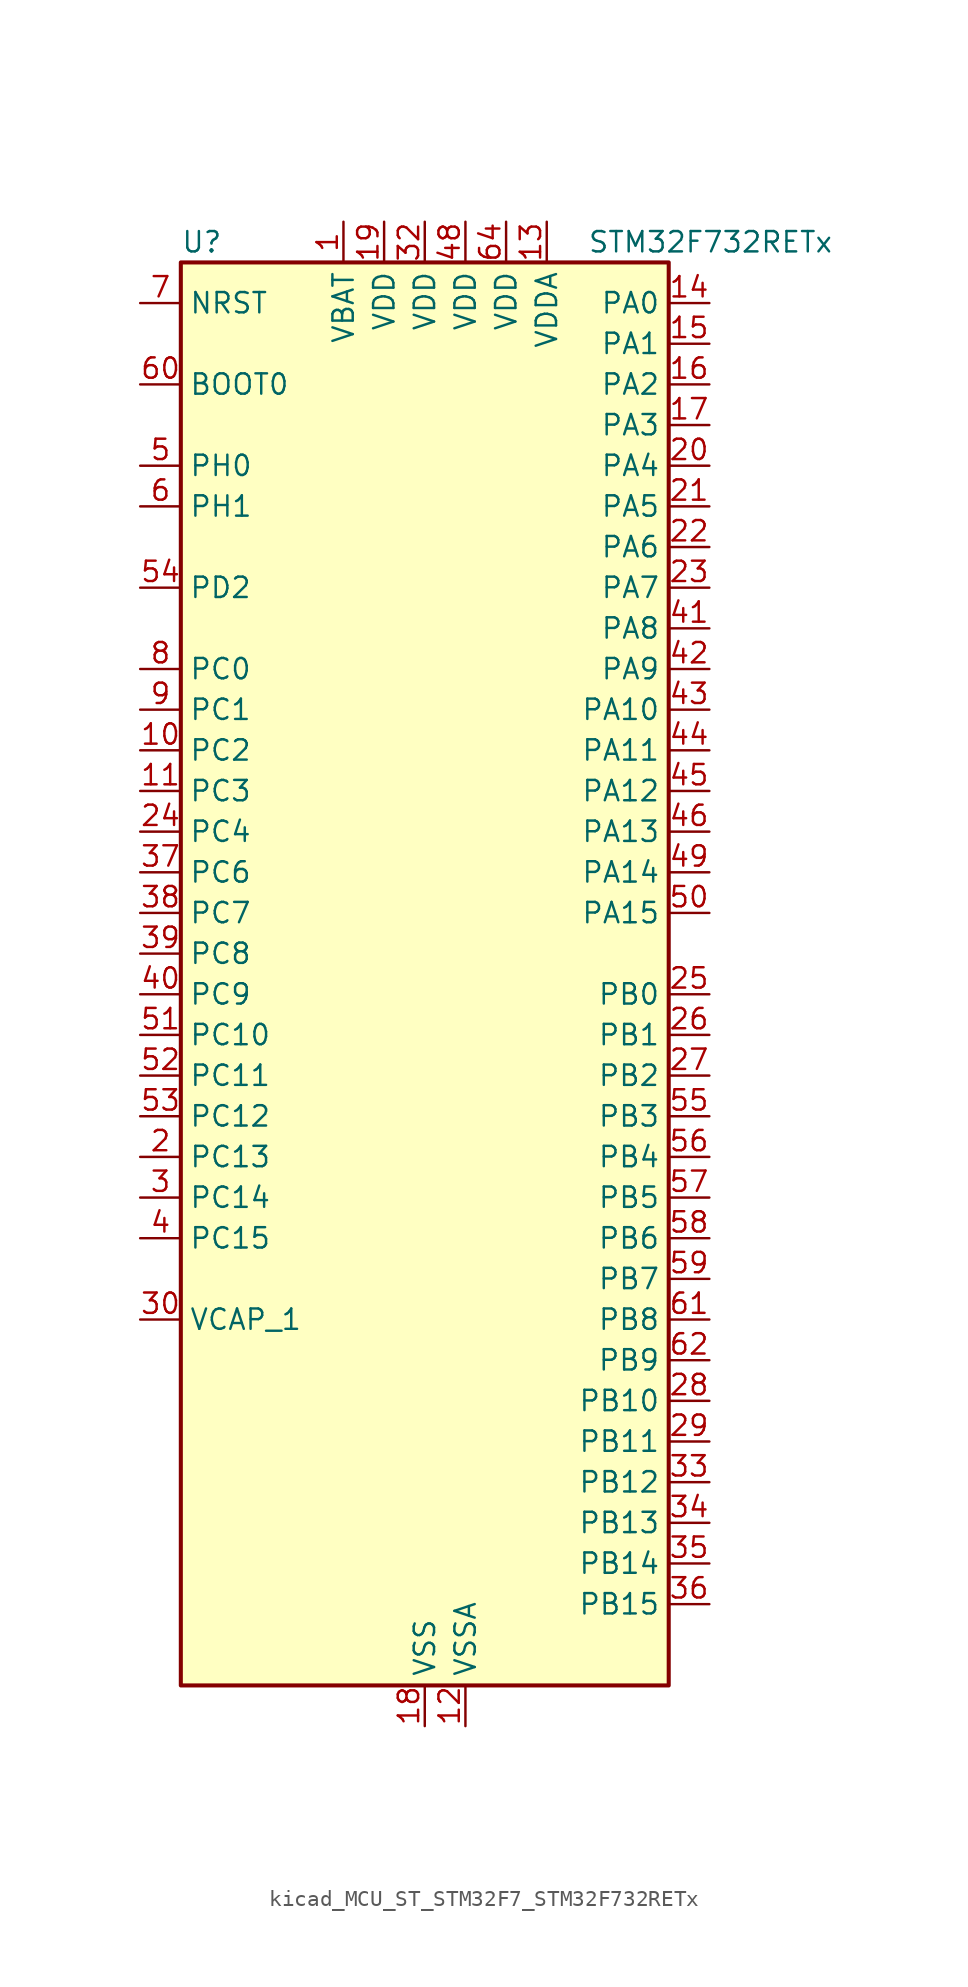
<source format=kicad_sym>
(kicad_symbol_lib
  (version 20220914)
  (generator kicad_symbol_editor)
  (symbol "kicad_MCU_ST_STM32F7_STM32F732RETx"
    (property "Reference" "U"
      (at -15.24 46.99 0)
      (effects (font (size 1.27 1.27)) (justify left)))
    (property "Value" "STM32F732RETx"
      (at 10.16 46.99 0)
      (effects (font (size 1.27 1.27)) (justify left)))
    (property "ki_locked" ""
      (at 0 0 0)
      (effects (font (size 1.27 1.27))))
    (symbol "kicad_MCU_ST_STM32F7_STM32F732RETx_0_1"
      (rectangle (start -15.24 -43.18) (end 15.24 45.72) (stroke (width 0.254) (type default)) (fill (type background))))
    (symbol "kicad_MCU_ST_STM32F7_STM32F732RETx_1_1"
      (pin power_in line (at -5.08 48.26 270) (length 2.54) (name "VBAT" (effects (font (size 1.27 1.27)))) (number "1" (effects (font (size 1.27 1.27)))))
      (pin bidirectional line (at -17.78 15.24 0) (length 2.54) (name "PC2" (effects (font (size 1.27 1.27)))) (number "10" (effects (font (size 1.27 1.27)))) (alternate "ADC1_IN12" bidirectional line) (alternate "ADC2_IN12" bidirectional line) (alternate "ADC3_IN12" bidirectional line) (alternate "SPI2_MISO" bidirectional line) (alternate "USB_OTG_HS_ULPI_DIR" bidirectional line))
      (pin bidirectional line (at -17.78 12.7 0) (length 2.54) (name "PC3" (effects (font (size 1.27 1.27)))) (number "11" (effects (font (size 1.27 1.27)))) (alternate "ADC1_IN13" bidirectional line) (alternate "ADC2_IN13" bidirectional line) (alternate "ADC3_IN13" bidirectional line) (alternate "I2S2_SD" bidirectional line) (alternate "SPI2_MOSI" bidirectional line) (alternate "USB_OTG_HS_ULPI_NXT" bidirectional line))
      (pin power_in line (at 2.54 -45.72 90) (length 2.54) (name "VSSA" (effects (font (size 1.27 1.27)))) (number "12" (effects (font (size 1.27 1.27)))))
      (pin power_in line (at 7.62 48.26 270) (length 2.54) (name "VDDA" (effects (font (size 1.27 1.27)))) (number "13" (effects (font (size 1.27 1.27)))))
      (pin bidirectional line (at 17.78 43.18 180) (length 2.54) (name "PA0" (effects (font (size 1.27 1.27)))) (number "14" (effects (font (size 1.27 1.27)))) (alternate "ADC1_IN0" bidirectional line) (alternate "ADC2_IN0" bidirectional line) (alternate "ADC3_IN0" bidirectional line) (alternate "SAI2_SD_B" bidirectional line) (alternate "SYS_WKUP1" bidirectional line) (alternate "TIM2_CH1" bidirectional line) (alternate "TIM2_ETR" bidirectional line) (alternate "TIM5_CH1" bidirectional line) (alternate "TIM8_ETR" bidirectional line) (alternate "UART4_TX" bidirectional line) (alternate "USART2_CTS" bidirectional line))
      (pin bidirectional line (at 17.78 40.64 180) (length 2.54) (name "PA1" (effects (font (size 1.27 1.27)))) (number "15" (effects (font (size 1.27 1.27)))) (alternate "ADC1_IN1" bidirectional line) (alternate "ADC2_IN1" bidirectional line) (alternate "ADC3_IN1" bidirectional line) (alternate "QUADSPI_BK1_IO3" bidirectional line) (alternate "SAI2_MCLK_B" bidirectional line) (alternate "TIM2_CH2" bidirectional line) (alternate "TIM5_CH2" bidirectional line) (alternate "UART4_RX" bidirectional line) (alternate "USART2_DE" bidirectional line) (alternate "USART2_RTS" bidirectional line))
      (pin bidirectional line (at 17.78 38.1 180) (length 2.54) (name "PA2" (effects (font (size 1.27 1.27)))) (number "16" (effects (font (size 1.27 1.27)))) (alternate "ADC1_IN2" bidirectional line) (alternate "ADC2_IN2" bidirectional line) (alternate "ADC3_IN2" bidirectional line) (alternate "SAI2_SCK_B" bidirectional line) (alternate "SYS_WKUP2" bidirectional line) (alternate "TIM2_CH3" bidirectional line) (alternate "TIM5_CH3" bidirectional line) (alternate "TIM9_CH1" bidirectional line) (alternate "USART2_TX" bidirectional line))
      (pin bidirectional line (at 17.78 35.56 180) (length 2.54) (name "PA3" (effects (font (size 1.27 1.27)))) (number "17" (effects (font (size 1.27 1.27)))) (alternate "ADC1_IN3" bidirectional line) (alternate "ADC2_IN3" bidirectional line) (alternate "ADC3_IN3" bidirectional line) (alternate "TIM2_CH4" bidirectional line) (alternate "TIM5_CH4" bidirectional line) (alternate "TIM9_CH2" bidirectional line) (alternate "USART2_RX" bidirectional line) (alternate "USB_OTG_HS_ULPI_D0" bidirectional line))
      (pin power_in line (at 0 -45.72 90) (length 2.54) (name "VSS" (effects (font (size 1.27 1.27)))) (number "18" (effects (font (size 1.27 1.27)))))
      (pin power_in line (at -2.54 48.26 270) (length 2.54) (name "VDD" (effects (font (size 1.27 1.27)))) (number "19" (effects (font (size 1.27 1.27)))))
      (pin bidirectional line (at -17.78 -10.16 0) (length 2.54) (name "PC13" (effects (font (size 1.27 1.27)))) (number "2" (effects (font (size 1.27 1.27)))) (alternate "RTC_OUT" bidirectional line) (alternate "RTC_TAMP1" bidirectional line) (alternate "RTC_TS" bidirectional line) (alternate "SYS_WKUP4" bidirectional line))
      (pin bidirectional line (at 17.78 33.02 180) (length 2.54) (name "PA4" (effects (font (size 1.27 1.27)))) (number "20" (effects (font (size 1.27 1.27)))) (alternate "ADC1_IN4" bidirectional line) (alternate "ADC2_IN4" bidirectional line) (alternate "DAC_OUT1" bidirectional line) (alternate "I2S1_WS" bidirectional line) (alternate "I2S3_WS" bidirectional line) (alternate "SPI1_NSS" bidirectional line) (alternate "SPI3_NSS" bidirectional line) (alternate "USART2_CK" bidirectional line) (alternate "USB_OTG_HS_SOF" bidirectional line))
      (pin bidirectional line (at 17.78 30.48 180) (length 2.54) (name "PA5" (effects (font (size 1.27 1.27)))) (number "21" (effects (font (size 1.27 1.27)))) (alternate "ADC1_IN5" bidirectional line) (alternate "ADC2_IN5" bidirectional line) (alternate "DAC_OUT2" bidirectional line) (alternate "I2S1_CK" bidirectional line) (alternate "SPI1_SCK" bidirectional line) (alternate "TIM2_CH1" bidirectional line) (alternate "TIM2_ETR" bidirectional line) (alternate "TIM8_CH1N" bidirectional line) (alternate "USB_OTG_HS_ULPI_CK" bidirectional line))
      (pin bidirectional line (at 17.78 27.94 180) (length 2.54) (name "PA6" (effects (font (size 1.27 1.27)))) (number "22" (effects (font (size 1.27 1.27)))) (alternate "ADC1_IN6" bidirectional line) (alternate "ADC2_IN6" bidirectional line) (alternate "SPI1_MISO" bidirectional line) (alternate "TIM13_CH1" bidirectional line) (alternate "TIM1_BKIN" bidirectional line) (alternate "TIM3_CH1" bidirectional line) (alternate "TIM8_BKIN" bidirectional line))
      (pin bidirectional line (at 17.78 25.4 180) (length 2.54) (name "PA7" (effects (font (size 1.27 1.27)))) (number "23" (effects (font (size 1.27 1.27)))) (alternate "ADC1_IN7" bidirectional line) (alternate "ADC2_IN7" bidirectional line) (alternate "I2S1_SD" bidirectional line) (alternate "SPI1_MOSI" bidirectional line) (alternate "TIM14_CH1" bidirectional line) (alternate "TIM1_CH1N" bidirectional line) (alternate "TIM3_CH2" bidirectional line) (alternate "TIM8_CH1N" bidirectional line))
      (pin bidirectional line (at -17.78 10.16 0) (length 2.54) (name "PC4" (effects (font (size 1.27 1.27)))) (number "24" (effects (font (size 1.27 1.27)))) (alternate "ADC1_IN14" bidirectional line) (alternate "ADC2_IN14" bidirectional line) (alternate "I2S1_MCK" bidirectional line))
      (pin bidirectional line (at 17.78 0 180) (length 2.54) (name "PB0" (effects (font (size 1.27 1.27)))) (number "25" (effects (font (size 1.27 1.27)))) (alternate "ADC1_IN8" bidirectional line) (alternate "ADC2_IN8" bidirectional line) (alternate "TIM1_CH2N" bidirectional line) (alternate "TIM3_CH3" bidirectional line) (alternate "TIM8_CH2N" bidirectional line) (alternate "UART4_CTS" bidirectional line) (alternate "USB_OTG_HS_ULPI_D1" bidirectional line))
      (pin bidirectional line (at 17.78 -2.54 180) (length 2.54) (name "PB1" (effects (font (size 1.27 1.27)))) (number "26" (effects (font (size 1.27 1.27)))) (alternate "ADC1_IN9" bidirectional line) (alternate "ADC2_IN9" bidirectional line) (alternate "TIM1_CH3N" bidirectional line) (alternate "TIM3_CH4" bidirectional line) (alternate "TIM8_CH3N" bidirectional line) (alternate "USB_OTG_HS_ULPI_D2" bidirectional line))
      (pin bidirectional line (at 17.78 -5.08 180) (length 2.54) (name "PB2" (effects (font (size 1.27 1.27)))) (number "27" (effects (font (size 1.27 1.27)))) (alternate "I2S3_SD" bidirectional line) (alternate "QUADSPI_CLK" bidirectional line) (alternate "SAI1_SD_A" bidirectional line) (alternate "SPI3_MOSI" bidirectional line))
      (pin bidirectional line (at 17.78 -25.4 180) (length 2.54) (name "PB10" (effects (font (size 1.27 1.27)))) (number "28" (effects (font (size 1.27 1.27)))) (alternate "I2C2_SCL" bidirectional line) (alternate "I2S2_CK" bidirectional line) (alternate "SPI2_SCK" bidirectional line) (alternate "TIM2_CH3" bidirectional line) (alternate "USART3_TX" bidirectional line) (alternate "USB_OTG_HS_ULPI_D3" bidirectional line))
      (pin bidirectional line (at 17.78 -27.94 180) (length 2.54) (name "PB11" (effects (font (size 1.27 1.27)))) (number "29" (effects (font (size 1.27 1.27)))) (alternate "ADC1_EXTI11" bidirectional line) (alternate "ADC2_EXTI11" bidirectional line) (alternate "ADC3_EXTI11" bidirectional line) (alternate "I2C2_SDA" bidirectional line) (alternate "TIM2_CH4" bidirectional line) (alternate "USART3_RX" bidirectional line) (alternate "USB_OTG_HS_ULPI_D4" bidirectional line))
      (pin bidirectional line (at -17.78 -12.7 0) (length 2.54) (name "PC14" (effects (font (size 1.27 1.27)))) (number "3" (effects (font (size 1.27 1.27)))) (alternate "RCC_OSC32_IN" bidirectional line))
      (pin power_out line (at -17.78 -20.32 0) (length 2.54) (name "VCAP_1" (effects (font (size 1.27 1.27)))) (number "30" (effects (font (size 1.27 1.27)))))
      (pin passive line (at 0 -45.72 90) (length 2.54) hide (name "VSS" (effects (font (size 1.27 1.27)))) (number "31" (effects (font (size 1.27 1.27)))))
      (pin power_in line (at 0 48.26 270) (length 2.54) (name "VDD" (effects (font (size 1.27 1.27)))) (number "32" (effects (font (size 1.27 1.27)))))
      (pin bidirectional line (at 17.78 -30.48 180) (length 2.54) (name "PB12" (effects (font (size 1.27 1.27)))) (number "33" (effects (font (size 1.27 1.27)))) (alternate "I2C2_SMBA" bidirectional line) (alternate "I2S2_WS" bidirectional line) (alternate "SPI2_NSS" bidirectional line) (alternate "TIM1_BKIN" bidirectional line) (alternate "USART3_CK" bidirectional line) (alternate "USB_OTG_HS_ID" bidirectional line) (alternate "USB_OTG_HS_ULPI_D5" bidirectional line))
      (pin bidirectional line (at 17.78 -33.02 180) (length 2.54) (name "PB13" (effects (font (size 1.27 1.27)))) (number "34" (effects (font (size 1.27 1.27)))) (alternate "I2S2_CK" bidirectional line) (alternate "SPI2_SCK" bidirectional line) (alternate "TIM1_CH1N" bidirectional line) (alternate "USART3_CTS" bidirectional line) (alternate "USB_OTG_HS_ULPI_D6" bidirectional line) (alternate "USB_OTG_HS_VBUS" bidirectional line))
      (pin bidirectional line (at 17.78 -35.56 180) (length 2.54) (name "PB14" (effects (font (size 1.27 1.27)))) (number "35" (effects (font (size 1.27 1.27)))) (alternate "SPI2_MISO" bidirectional line) (alternate "TIM12_CH1" bidirectional line) (alternate "TIM1_CH2N" bidirectional line) (alternate "TIM8_CH2N" bidirectional line) (alternate "USART3_DE" bidirectional line) (alternate "USART3_RTS" bidirectional line) (alternate "USB_OTG_HS_DM" bidirectional line))
      (pin bidirectional line (at 17.78 -38.1 180) (length 2.54) (name "PB15" (effects (font (size 1.27 1.27)))) (number "36" (effects (font (size 1.27 1.27)))) (alternate "I2S2_SD" bidirectional line) (alternate "RTC_REFIN" bidirectional line) (alternate "SPI2_MOSI" bidirectional line) (alternate "TIM12_CH2" bidirectional line) (alternate "TIM1_CH3N" bidirectional line) (alternate "TIM8_CH3N" bidirectional line) (alternate "USB_OTG_HS_DP" bidirectional line))
      (pin bidirectional line (at -17.78 7.62 0) (length 2.54) (name "PC6" (effects (font (size 1.27 1.27)))) (number "37" (effects (font (size 1.27 1.27)))) (alternate "I2S2_MCK" bidirectional line) (alternate "SDMMC1_D6" bidirectional line) (alternate "TIM3_CH1" bidirectional line) (alternate "TIM8_CH1" bidirectional line) (alternate "USART6_TX" bidirectional line))
      (pin bidirectional line (at -17.78 5.08 0) (length 2.54) (name "PC7" (effects (font (size 1.27 1.27)))) (number "38" (effects (font (size 1.27 1.27)))) (alternate "I2S3_MCK" bidirectional line) (alternate "SDMMC1_D7" bidirectional line) (alternate "TIM3_CH2" bidirectional line) (alternate "TIM8_CH2" bidirectional line) (alternate "USART6_RX" bidirectional line))
      (pin bidirectional line (at -17.78 2.54 0) (length 2.54) (name "PC8" (effects (font (size 1.27 1.27)))) (number "39" (effects (font (size 1.27 1.27)))) (alternate "SDMMC1_D0" bidirectional line) (alternate "SYS_TRACED1" bidirectional line) (alternate "TIM3_CH3" bidirectional line) (alternate "TIM8_CH3" bidirectional line) (alternate "UART5_DE" bidirectional line) (alternate "UART5_RTS" bidirectional line) (alternate "USART6_CK" bidirectional line))
      (pin bidirectional line (at -17.78 -15.24 0) (length 2.54) (name "PC15" (effects (font (size 1.27 1.27)))) (number "4" (effects (font (size 1.27 1.27)))) (alternate "RCC_OSC32_OUT" bidirectional line))
      (pin bidirectional line (at -17.78 0 0) (length 2.54) (name "PC9" (effects (font (size 1.27 1.27)))) (number "40" (effects (font (size 1.27 1.27)))) (alternate "DAC_EXTI9" bidirectional line) (alternate "I2C3_SDA" bidirectional line) (alternate "I2S_CKIN" bidirectional line) (alternate "QUADSPI_BK1_IO0" bidirectional line) (alternate "RCC_MCO_2" bidirectional line) (alternate "SDMMC1_D1" bidirectional line) (alternate "TIM3_CH4" bidirectional line) (alternate "TIM8_CH4" bidirectional line) (alternate "UART5_CTS" bidirectional line))
      (pin bidirectional line (at 17.78 22.86 180) (length 2.54) (name "PA8" (effects (font (size 1.27 1.27)))) (number "41" (effects (font (size 1.27 1.27)))) (alternate "I2C3_SCL" bidirectional line) (alternate "RCC_MCO_1" bidirectional line) (alternate "TIM1_CH1" bidirectional line) (alternate "TIM8_BKIN2" bidirectional line) (alternate "USART1_CK" bidirectional line) (alternate "USB_OTG_FS_SOF" bidirectional line))
      (pin bidirectional line (at 17.78 20.32 180) (length 2.54) (name "PA9" (effects (font (size 1.27 1.27)))) (number "42" (effects (font (size 1.27 1.27)))) (alternate "DAC_EXTI9" bidirectional line) (alternate "I2C3_SMBA" bidirectional line) (alternate "I2S2_CK" bidirectional line) (alternate "SPI2_SCK" bidirectional line) (alternate "TIM1_CH2" bidirectional line) (alternate "USART1_TX" bidirectional line) (alternate "USB_OTG_FS_VBUS" bidirectional line))
      (pin bidirectional line (at 17.78 17.78 180) (length 2.54) (name "PA10" (effects (font (size 1.27 1.27)))) (number "43" (effects (font (size 1.27 1.27)))) (alternate "TIM1_CH3" bidirectional line) (alternate "USART1_RX" bidirectional line) (alternate "USB_OTG_FS_ID" bidirectional line))
      (pin bidirectional line (at 17.78 15.24 180) (length 2.54) (name "PA11" (effects (font (size 1.27 1.27)))) (number "44" (effects (font (size 1.27 1.27)))) (alternate "ADC1_EXTI11" bidirectional line) (alternate "ADC2_EXTI11" bidirectional line) (alternate "ADC3_EXTI11" bidirectional line) (alternate "CAN1_RX" bidirectional line) (alternate "TIM1_CH4" bidirectional line) (alternate "USART1_CTS" bidirectional line) (alternate "USB_OTG_FS_DM" bidirectional line))
      (pin bidirectional line (at 17.78 12.7 180) (length 2.54) (name "PA12" (effects (font (size 1.27 1.27)))) (number "45" (effects (font (size 1.27 1.27)))) (alternate "CAN1_TX" bidirectional line) (alternate "SAI2_FS_B" bidirectional line) (alternate "TIM1_ETR" bidirectional line) (alternate "USART1_DE" bidirectional line) (alternate "USART1_RTS" bidirectional line) (alternate "USB_OTG_FS_DP" bidirectional line))
      (pin bidirectional line (at 17.78 10.16 180) (length 2.54) (name "PA13" (effects (font (size 1.27 1.27)))) (number "46" (effects (font (size 1.27 1.27)))) (alternate "SYS_JTMS-SWDIO" bidirectional line))
      (pin passive line (at 0 -45.72 90) (length 2.54) hide (name "VSS" (effects (font (size 1.27 1.27)))) (number "47" (effects (font (size 1.27 1.27)))))
      (pin power_in line (at 2.54 48.26 270) (length 2.54) (name "VDD" (effects (font (size 1.27 1.27)))) (number "48" (effects (font (size 1.27 1.27)))))
      (pin bidirectional line (at 17.78 7.62 180) (length 2.54) (name "PA14" (effects (font (size 1.27 1.27)))) (number "49" (effects (font (size 1.27 1.27)))) (alternate "SYS_JTCK-SWCLK" bidirectional line))
      (pin bidirectional line (at -17.78 33.02 0) (length 2.54) (name "PH0" (effects (font (size 1.27 1.27)))) (number "5" (effects (font (size 1.27 1.27)))) (alternate "RCC_OSC_IN" bidirectional line))
      (pin bidirectional line (at 17.78 5.08 180) (length 2.54) (name "PA15" (effects (font (size 1.27 1.27)))) (number "50" (effects (font (size 1.27 1.27)))) (alternate "I2S1_WS" bidirectional line) (alternate "I2S3_WS" bidirectional line) (alternate "SPI1_NSS" bidirectional line) (alternate "SPI3_NSS" bidirectional line) (alternate "SYS_JTDI" bidirectional line) (alternate "TIM2_CH1" bidirectional line) (alternate "TIM2_ETR" bidirectional line) (alternate "UART4_DE" bidirectional line) (alternate "UART4_RTS" bidirectional line))
      (pin bidirectional line (at -17.78 -2.54 0) (length 2.54) (name "PC10" (effects (font (size 1.27 1.27)))) (number "51" (effects (font (size 1.27 1.27)))) (alternate "I2S3_CK" bidirectional line) (alternate "QUADSPI_BK1_IO1" bidirectional line) (alternate "SDMMC1_D2" bidirectional line) (alternate "SPI3_SCK" bidirectional line) (alternate "UART4_TX" bidirectional line) (alternate "USART3_TX" bidirectional line))
      (pin bidirectional line (at -17.78 -5.08 0) (length 2.54) (name "PC11" (effects (font (size 1.27 1.27)))) (number "52" (effects (font (size 1.27 1.27)))) (alternate "ADC1_EXTI11" bidirectional line) (alternate "ADC2_EXTI11" bidirectional line) (alternate "ADC3_EXTI11" bidirectional line) (alternate "QUADSPI_BK2_NCS" bidirectional line) (alternate "SDMMC1_D3" bidirectional line) (alternate "SPI3_MISO" bidirectional line) (alternate "UART4_RX" bidirectional line) (alternate "USART3_RX" bidirectional line))
      (pin bidirectional line (at -17.78 -7.62 0) (length 2.54) (name "PC12" (effects (font (size 1.27 1.27)))) (number "53" (effects (font (size 1.27 1.27)))) (alternate "I2S3_SD" bidirectional line) (alternate "SDMMC1_CK" bidirectional line) (alternate "SPI3_MOSI" bidirectional line) (alternate "SYS_TRACED3" bidirectional line) (alternate "UART5_TX" bidirectional line) (alternate "USART3_CK" bidirectional line))
      (pin bidirectional line (at -17.78 25.4 0) (length 2.54) (name "PD2" (effects (font (size 1.27 1.27)))) (number "54" (effects (font (size 1.27 1.27)))) (alternate "SDMMC1_CMD" bidirectional line) (alternate "SYS_TRACED2" bidirectional line) (alternate "TIM3_ETR" bidirectional line) (alternate "UART5_RX" bidirectional line))
      (pin bidirectional line (at 17.78 -7.62 180) (length 2.54) (name "PB3" (effects (font (size 1.27 1.27)))) (number "55" (effects (font (size 1.27 1.27)))) (alternate "I2S1_CK" bidirectional line) (alternate "I2S3_CK" bidirectional line) (alternate "SPI1_SCK" bidirectional line) (alternate "SPI3_SCK" bidirectional line) (alternate "SYS_JTDO-SWO" bidirectional line) (alternate "TIM2_CH2" bidirectional line))
      (pin bidirectional line (at 17.78 -10.16 180) (length 2.54) (name "PB4" (effects (font (size 1.27 1.27)))) (number "56" (effects (font (size 1.27 1.27)))) (alternate "I2S2_WS" bidirectional line) (alternate "SPI1_MISO" bidirectional line) (alternate "SPI2_NSS" bidirectional line) (alternate "SPI3_MISO" bidirectional line) (alternate "SYS_JTRST" bidirectional line) (alternate "TIM3_CH1" bidirectional line))
      (pin bidirectional line (at 17.78 -12.7 180) (length 2.54) (name "PB5" (effects (font (size 1.27 1.27)))) (number "57" (effects (font (size 1.27 1.27)))) (alternate "I2C1_SMBA" bidirectional line) (alternate "I2S1_SD" bidirectional line) (alternate "I2S3_SD" bidirectional line) (alternate "SPI1_MOSI" bidirectional line) (alternate "SPI3_MOSI" bidirectional line) (alternate "TIM3_CH2" bidirectional line) (alternate "USB_OTG_HS_ULPI_D7" bidirectional line))
      (pin bidirectional line (at 17.78 -15.24 180) (length 2.54) (name "PB6" (effects (font (size 1.27 1.27)))) (number "58" (effects (font (size 1.27 1.27)))) (alternate "I2C1_SCL" bidirectional line) (alternate "QUADSPI_BK1_NCS" bidirectional line) (alternate "TIM4_CH1" bidirectional line) (alternate "USART1_TX" bidirectional line))
      (pin bidirectional line (at 17.78 -17.78 180) (length 2.54) (name "PB7" (effects (font (size 1.27 1.27)))) (number "59" (effects (font (size 1.27 1.27)))) (alternate "I2C1_SDA" bidirectional line) (alternate "TIM4_CH2" bidirectional line) (alternate "USART1_RX" bidirectional line))
      (pin bidirectional line (at -17.78 30.48 0) (length 2.54) (name "PH1" (effects (font (size 1.27 1.27)))) (number "6" (effects (font (size 1.27 1.27)))) (alternate "RCC_OSC_OUT" bidirectional line))
      (pin input line (at -17.78 38.1 0) (length 2.54) (name "BOOT0" (effects (font (size 1.27 1.27)))) (number "60" (effects (font (size 1.27 1.27)))))
      (pin bidirectional line (at 17.78 -20.32 180) (length 2.54) (name "PB8" (effects (font (size 1.27 1.27)))) (number "61" (effects (font (size 1.27 1.27)))) (alternate "CAN1_RX" bidirectional line) (alternate "I2C1_SCL" bidirectional line) (alternate "SDMMC1_D4" bidirectional line) (alternate "TIM10_CH1" bidirectional line) (alternate "TIM4_CH3" bidirectional line))
      (pin bidirectional line (at 17.78 -22.86 180) (length 2.54) (name "PB9" (effects (font (size 1.27 1.27)))) (number "62" (effects (font (size 1.27 1.27)))) (alternate "CAN1_TX" bidirectional line) (alternate "DAC_EXTI9" bidirectional line) (alternate "I2C1_SDA" bidirectional line) (alternate "I2S2_WS" bidirectional line) (alternate "SDMMC1_D5" bidirectional line) (alternate "SPI2_NSS" bidirectional line) (alternate "TIM11_CH1" bidirectional line) (alternate "TIM4_CH4" bidirectional line))
      (pin passive line (at 0 -45.72 90) (length 2.54) hide (name "VSS" (effects (font (size 1.27 1.27)))) (number "63" (effects (font (size 1.27 1.27)))))
      (pin power_in line (at 5.08 48.26 270) (length 2.54) (name "VDD" (effects (font (size 1.27 1.27)))) (number "64" (effects (font (size 1.27 1.27)))))
      (pin input line (at -17.78 43.18 0) (length 2.54) (name "NRST" (effects (font (size 1.27 1.27)))) (number "7" (effects (font (size 1.27 1.27)))))
      (pin bidirectional line (at -17.78 20.32 0) (length 2.54) (name "PC0" (effects (font (size 1.27 1.27)))) (number "8" (effects (font (size 1.27 1.27)))) (alternate "ADC1_IN10" bidirectional line) (alternate "ADC2_IN10" bidirectional line) (alternate "ADC3_IN10" bidirectional line) (alternate "SAI2_FS_B" bidirectional line) (alternate "USB_OTG_HS_ULPI_STP" bidirectional line))
      (pin bidirectional line (at -17.78 17.78 0) (length 2.54) (name "PC1" (effects (font (size 1.27 1.27)))) (number "9" (effects (font (size 1.27 1.27)))) (alternate "ADC1_IN11" bidirectional line) (alternate "ADC2_IN11" bidirectional line) (alternate "ADC3_IN11" bidirectional line) (alternate "I2S2_SD" bidirectional line) (alternate "RTC_TAMP3" bidirectional line) (alternate "RTC_TS" bidirectional line) (alternate "SAI1_SD_A" bidirectional line) (alternate "SPI2_MOSI" bidirectional line) (alternate "SYS_TRACED0" bidirectional line) (alternate "SYS_WKUP3" bidirectional line)))))
</source>
